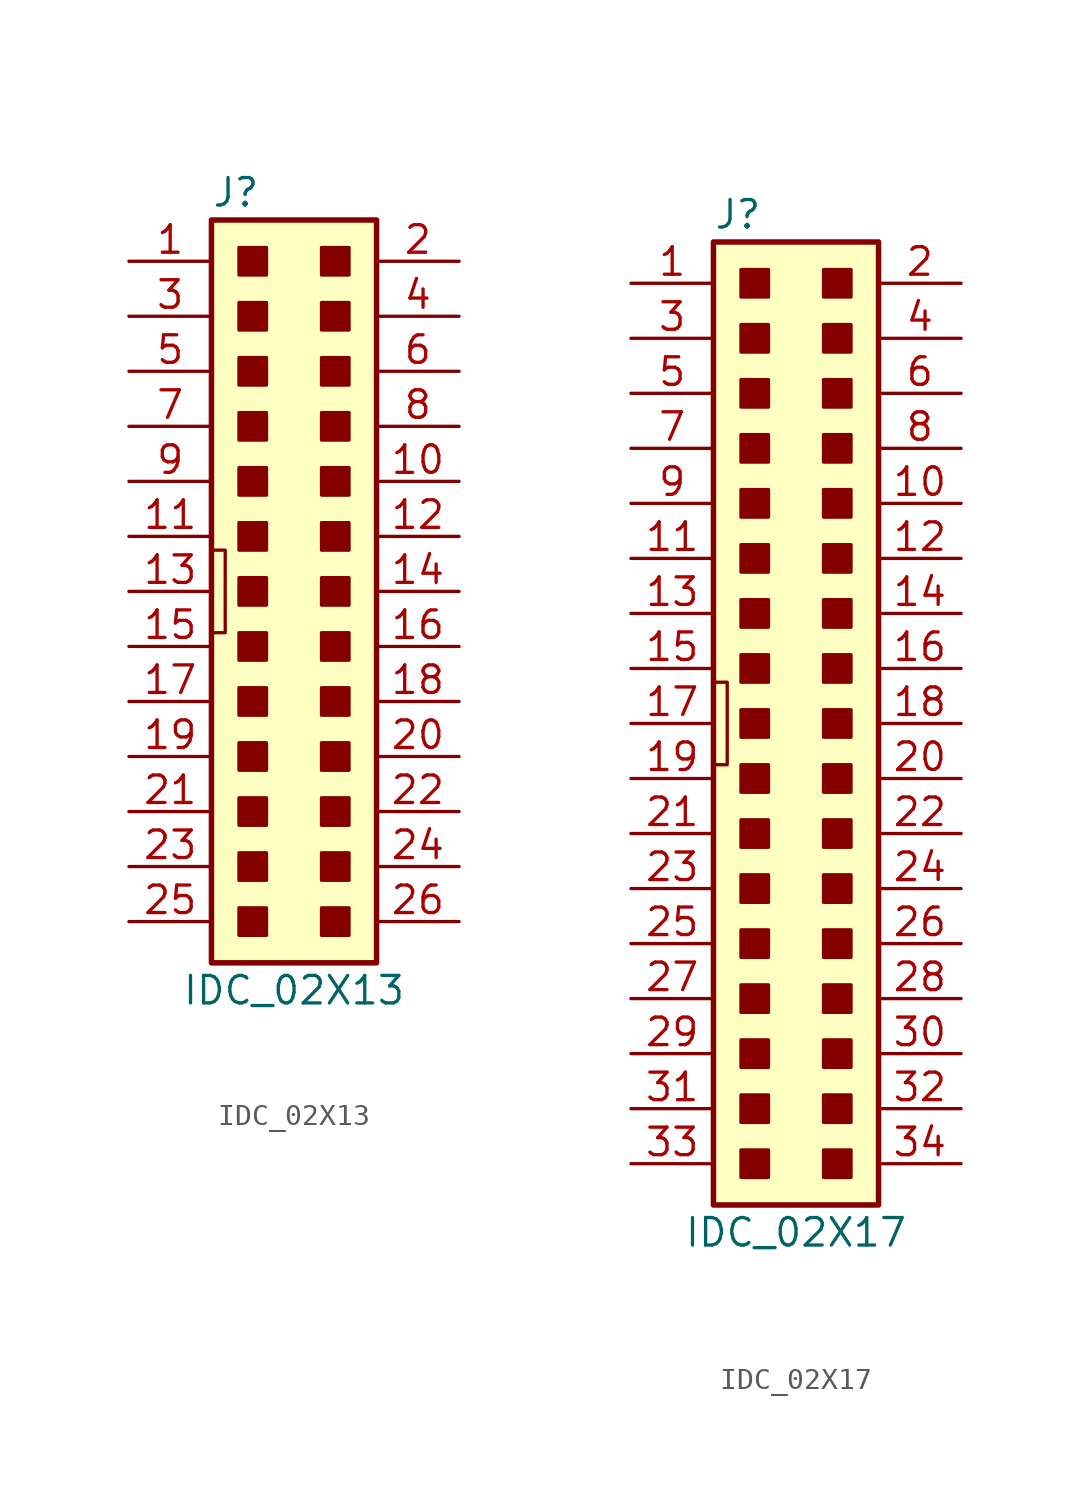
<source format=kicad_sym>
(kicad_symbol_lib
  (version 20201005)
  (generator kicad_symbol_editor)
  (symbol "KLIB_Connector_IDC:IDC_02X13"
    (pin_names
      (offset 1.27) hide)
    (property "Reference" "J"
      (at -3.81 18.415 0)
      (effects (font (size 1.27 1.27)) (justify left)))
    (property "Value" "IDC_02X13"
      (at 0 -18.415 0)
      (effects (font (size 1.27 1.27))))
    (symbol "IDC_02X13_0_1"
      (rectangle (start -3.81 17.145) (end 3.81 -17.145) (stroke (width 0.254)) (fill (type background)))
      (rectangle (start -2.54 -14.605) (end -1.27 -15.875) (stroke (width 0)) (fill (type outline)))
      (rectangle (start -2.54 -12.065) (end -1.27 -13.335) (stroke (width 0)) (fill (type outline)))
      (rectangle (start -2.54 -9.525) (end -1.27 -10.795) (stroke (width 0)) (fill (type outline)))
      (rectangle (start -2.54 -6.985) (end -1.27 -8.255) (stroke (width 0)) (fill (type outline)))
      (rectangle (start -2.54 -4.445) (end -1.27 -5.715) (stroke (width 0)) (fill (type outline)))
      (rectangle (start -2.54 -1.905) (end -1.27 -3.175) (stroke (width 0)) (fill (type outline)))
      (rectangle (start -2.54 0.635) (end -1.27 -0.635) (stroke (width 0)) (fill (type outline)))
      (rectangle (start -2.54 3.175) (end -1.27 1.905) (stroke (width 0)) (fill (type outline)))
      (rectangle (start -2.54 5.715) (end -1.27 4.445) (stroke (width 0)) (fill (type outline)))
      (rectangle (start -2.54 8.255) (end -1.27 6.985) (stroke (width 0)) (fill (type outline)))
      (rectangle (start -2.54 10.795) (end -1.27 9.525) (stroke (width 0)) (fill (type outline)))
      (rectangle (start -2.54 13.335) (end -1.27 12.065) (stroke (width 0)) (fill (type outline)))
      (rectangle (start -2.54 15.875) (end -1.27 14.605) (stroke (width 0)) (fill (type outline)))
      (rectangle (start 1.27 -14.605) (end 2.54 -15.875) (stroke (width 0)) (fill (type outline)))
      (rectangle (start 1.27 -12.065) (end 2.54 -13.335) (stroke (width 0)) (fill (type outline)))
      (rectangle (start 1.27 -9.525) (end 2.54 -10.795) (stroke (width 0)) (fill (type outline)))
      (rectangle (start 1.27 -6.985) (end 2.54 -8.255) (stroke (width 0)) (fill (type outline)))
      (rectangle (start 1.27 -4.445) (end 2.54 -5.715) (stroke (width 0)) (fill (type outline)))
      (rectangle (start 1.27 -1.905) (end 2.54 -3.175) (stroke (width 0)) (fill (type outline)))
      (rectangle (start 1.27 0.635) (end 2.54 -0.635) (stroke (width 0)) (fill (type outline)))
      (rectangle (start 1.27 3.175) (end 2.54 1.905) (stroke (width 0)) (fill (type outline)))
      (rectangle (start 1.27 5.715) (end 2.54 4.445) (stroke (width 0)) (fill (type outline)))
      (rectangle (start 1.27 8.255) (end 2.54 6.985) (stroke (width 0)) (fill (type outline)))
      (rectangle (start 1.27 10.795) (end 2.54 9.525) (stroke (width 0)) (fill (type outline)))
      (rectangle (start 1.27 13.335) (end 2.54 12.065) (stroke (width 0)) (fill (type outline)))
      (rectangle (start 1.27 15.875) (end 2.54 14.605) (stroke (width 0)) (fill (type outline)))
      (polyline (pts (xy -3.81 -1.905) (xy -3.175 -1.905) (xy -3.175 1.905) (xy -3.81 1.905)) (stroke (width 0)) (fill (type none))))
    (symbol "IDC_02X13_1_1"
      (pin passive line (at -7.62 15.24 0) (length 3.81) (name "~" (effects (font (size 1.27 1.27)))) (number "1" (effects (font (size 1.27 1.27)))))
      (pin passive line (at 7.62 5.08 180) (length 3.81) (name "~" (effects (font (size 1.27 1.27)))) (number "10" (effects (font (size 1.27 1.27)))))
      (pin passive line (at -7.62 2.54 0) (length 3.81) (name "~" (effects (font (size 1.27 1.27)))) (number "11" (effects (font (size 1.27 1.27)))))
      (pin passive line (at 7.62 2.54 180) (length 3.81) (name "~" (effects (font (size 1.27 1.27)))) (number "12" (effects (font (size 1.27 1.27)))))
      (pin passive line (at -7.62 0 0) (length 3.81) (name "~" (effects (font (size 1.27 1.27)))) (number "13" (effects (font (size 1.27 1.27)))))
      (pin passive line (at 7.62 0 180) (length 3.81) (name "~" (effects (font (size 1.27 1.27)))) (number "14" (effects (font (size 1.27 1.27)))))
      (pin passive line (at -7.62 -2.54 0) (length 3.81) (name "~" (effects (font (size 1.27 1.27)))) (number "15" (effects (font (size 1.27 1.27)))))
      (pin passive line (at 7.62 -2.54 180) (length 3.81) (name "~" (effects (font (size 1.27 1.27)))) (number "16" (effects (font (size 1.27 1.27)))))
      (pin passive line (at -7.62 -5.08 0) (length 3.81) (name "~" (effects (font (size 1.27 1.27)))) (number "17" (effects (font (size 1.27 1.27)))))
      (pin passive line (at 7.62 -5.08 180) (length 3.81) (name "~" (effects (font (size 1.27 1.27)))) (number "18" (effects (font (size 1.27 1.27)))))
      (pin passive line (at -7.62 -7.62 0) (length 3.81) (name "~" (effects (font (size 1.27 1.27)))) (number "19" (effects (font (size 1.27 1.27)))))
      (pin passive line (at 7.62 15.24 180) (length 3.81) (name "~" (effects (font (size 1.27 1.27)))) (number "2" (effects (font (size 1.27 1.27)))))
      (pin passive line (at 7.62 -7.62 180) (length 3.81) (name "~" (effects (font (size 1.27 1.27)))) (number "20" (effects (font (size 1.27 1.27)))))
      (pin passive line (at -7.62 -10.16 0) (length 3.81) (name "~" (effects (font (size 1.27 1.27)))) (number "21" (effects (font (size 1.27 1.27)))))
      (pin passive line (at 7.62 -10.16 180) (length 3.81) (name "~" (effects (font (size 1.27 1.27)))) (number "22" (effects (font (size 1.27 1.27)))))
      (pin passive line (at -7.62 -12.7 0) (length 3.81) (name "~" (effects (font (size 1.27 1.27)))) (number "23" (effects (font (size 1.27 1.27)))))
      (pin passive line (at 7.62 -12.7 180) (length 3.81) (name "~" (effects (font (size 1.27 1.27)))) (number "24" (effects (font (size 1.27 1.27)))))
      (pin passive line (at -7.62 -15.24 0) (length 3.81) (name "~" (effects (font (size 1.27 1.27)))) (number "25" (effects (font (size 1.27 1.27)))))
      (pin passive line (at 7.62 -15.24 180) (length 3.81) (name "~" (effects (font (size 1.27 1.27)))) (number "26" (effects (font (size 1.27 1.27)))))
      (pin passive line (at -7.62 12.7 0) (length 3.81) (name "~" (effects (font (size 1.27 1.27)))) (number "3" (effects (font (size 1.27 1.27)))))
      (pin passive line (at 7.62 12.7 180) (length 3.81) (name "~" (effects (font (size 1.27 1.27)))) (number "4" (effects (font (size 1.27 1.27)))))
      (pin passive line (at -7.62 10.16 0) (length 3.81) (name "~" (effects (font (size 1.27 1.27)))) (number "5" (effects (font (size 1.27 1.27)))))
      (pin passive line (at 7.62 10.16 180) (length 3.81) (name "~" (effects (font (size 1.27 1.27)))) (number "6" (effects (font (size 1.27 1.27)))))
      (pin passive line (at -7.62 7.62 0) (length 3.81) (name "~" (effects (font (size 1.27 1.27)))) (number "7" (effects (font (size 1.27 1.27)))))
      (pin passive line (at 7.62 7.62 180) (length 3.81) (name "~" (effects (font (size 1.27 1.27)))) (number "8" (effects (font (size 1.27 1.27)))))
      (pin passive line (at -7.62 5.08 0) (length 3.81) (name "~" (effects (font (size 1.27 1.27)))) (number "9" (effects (font (size 1.27 1.27)))))))
  (symbol "KLIB_Connector_IDC:IDC_02X17"
    (pin_names
      (offset 1.27) hide)
    (property "Reference" "J"
      (at -3.81 23.495 0)
      (effects (font (size 1.27 1.27)) (justify left)))
    (property "Value" "IDC_02X17"
      (at 0 -23.495 0)
      (effects (font (size 1.27 1.27))))
    (symbol "IDC_02X17_0_1"
      (rectangle (start -3.81 22.225) (end 3.81 -22.225) (stroke (width 0.254)) (fill (type background)))
      (rectangle (start -2.54 -19.685) (end -1.27 -20.955) (stroke (width 0)) (fill (type outline)))
      (rectangle (start -2.54 -17.145) (end -1.27 -18.415) (stroke (width 0)) (fill (type outline)))
      (rectangle (start -2.54 -14.605) (end -1.27 -15.875) (stroke (width 0)) (fill (type outline)))
      (rectangle (start -2.54 -12.065) (end -1.27 -13.335) (stroke (width 0)) (fill (type outline)))
      (rectangle (start -2.54 -9.525) (end -1.27 -10.795) (stroke (width 0)) (fill (type outline)))
      (rectangle (start -2.54 -6.985) (end -1.27 -8.255) (stroke (width 0)) (fill (type outline)))
      (rectangle (start -2.54 -4.445) (end -1.27 -5.715) (stroke (width 0)) (fill (type outline)))
      (rectangle (start -2.54 -1.905) (end -1.27 -3.175) (stroke (width 0)) (fill (type outline)))
      (rectangle (start -2.54 0.635) (end -1.27 -0.635) (stroke (width 0)) (fill (type outline)))
      (rectangle (start -2.54 3.175) (end -1.27 1.905) (stroke (width 0)) (fill (type outline)))
      (rectangle (start -2.54 5.715) (end -1.27 4.445) (stroke (width 0)) (fill (type outline)))
      (rectangle (start -2.54 8.255) (end -1.27 6.985) (stroke (width 0)) (fill (type outline)))
      (rectangle (start -2.54 10.795) (end -1.27 9.525) (stroke (width 0)) (fill (type outline)))
      (rectangle (start -2.54 13.335) (end -1.27 12.065) (stroke (width 0)) (fill (type outline)))
      (rectangle (start -2.54 15.875) (end -1.27 14.605) (stroke (width 0)) (fill (type outline)))
      (rectangle (start -2.54 18.415) (end -1.27 17.145) (stroke (width 0)) (fill (type outline)))
      (rectangle (start -2.54 20.955) (end -1.27 19.685) (stroke (width 0)) (fill (type outline)))
      (rectangle (start 1.27 -19.685) (end 2.54 -20.955) (stroke (width 0)) (fill (type outline)))
      (rectangle (start 1.27 -17.145) (end 2.54 -18.415) (stroke (width 0)) (fill (type outline)))
      (rectangle (start 1.27 -14.605) (end 2.54 -15.875) (stroke (width 0)) (fill (type outline)))
      (rectangle (start 1.27 -12.065) (end 2.54 -13.335) (stroke (width 0)) (fill (type outline)))
      (rectangle (start 1.27 -9.525) (end 2.54 -10.795) (stroke (width 0)) (fill (type outline)))
      (rectangle (start 1.27 -6.985) (end 2.54 -8.255) (stroke (width 0)) (fill (type outline)))
      (rectangle (start 1.27 -4.445) (end 2.54 -5.715) (stroke (width 0)) (fill (type outline)))
      (rectangle (start 1.27 -1.905) (end 2.54 -3.175) (stroke (width 0)) (fill (type outline)))
      (rectangle (start 1.27 0.635) (end 2.54 -0.635) (stroke (width 0)) (fill (type outline)))
      (rectangle (start 1.27 3.175) (end 2.54 1.905) (stroke (width 0)) (fill (type outline)))
      (rectangle (start 1.27 5.715) (end 2.54 4.445) (stroke (width 0)) (fill (type outline)))
      (rectangle (start 1.27 8.255) (end 2.54 6.985) (stroke (width 0)) (fill (type outline)))
      (rectangle (start 1.27 10.795) (end 2.54 9.525) (stroke (width 0)) (fill (type outline)))
      (rectangle (start 1.27 13.335) (end 2.54 12.065) (stroke (width 0)) (fill (type outline)))
      (rectangle (start 1.27 15.875) (end 2.54 14.605) (stroke (width 0)) (fill (type outline)))
      (rectangle (start 1.27 18.415) (end 2.54 17.145) (stroke (width 0)) (fill (type outline)))
      (rectangle (start 1.27 20.955) (end 2.54 19.685) (stroke (width 0)) (fill (type outline)))
      (polyline (pts (xy -3.81 -1.905) (xy -3.175 -1.905) (xy -3.175 1.905) (xy -3.81 1.905)) (stroke (width 0)) (fill (type none))))
    (symbol "IDC_02X17_1_1"
      (pin passive line (at -7.62 20.32 0) (length 3.81) (name "~" (effects (font (size 1.27 1.27)))) (number "1" (effects (font (size 1.27 1.27)))))
      (pin passive line (at 7.62 10.16 180) (length 3.81) (name "~" (effects (font (size 1.27 1.27)))) (number "10" (effects (font (size 1.27 1.27)))))
      (pin passive line (at -7.62 7.62 0) (length 3.81) (name "~" (effects (font (size 1.27 1.27)))) (number "11" (effects (font (size 1.27 1.27)))))
      (pin passive line (at 7.62 7.62 180) (length 3.81) (name "~" (effects (font (size 1.27 1.27)))) (number "12" (effects (font (size 1.27 1.27)))))
      (pin passive line (at -7.62 5.08 0) (length 3.81) (name "~" (effects (font (size 1.27 1.27)))) (number "13" (effects (font (size 1.27 1.27)))))
      (pin passive line (at 7.62 5.08 180) (length 3.81) (name "~" (effects (font (size 1.27 1.27)))) (number "14" (effects (font (size 1.27 1.27)))))
      (pin passive line (at -7.62 2.54 0) (length 3.81) (name "~" (effects (font (size 1.27 1.27)))) (number "15" (effects (font (size 1.27 1.27)))))
      (pin passive line (at 7.62 2.54 180) (length 3.81) (name "~" (effects (font (size 1.27 1.27)))) (number "16" (effects (font (size 1.27 1.27)))))
      (pin passive line (at -7.62 0 0) (length 3.81) (name "~" (effects (font (size 1.27 1.27)))) (number "17" (effects (font (size 1.27 1.27)))))
      (pin passive line (at 7.62 0 180) (length 3.81) (name "~" (effects (font (size 1.27 1.27)))) (number "18" (effects (font (size 1.27 1.27)))))
      (pin passive line (at -7.62 -2.54 0) (length 3.81) (name "~" (effects (font (size 1.27 1.27)))) (number "19" (effects (font (size 1.27 1.27)))))
      (pin passive line (at 7.62 20.32 180) (length 3.81) (name "~" (effects (font (size 1.27 1.27)))) (number "2" (effects (font (size 1.27 1.27)))))
      (pin passive line (at 7.62 -2.54 180) (length 3.81) (name "~" (effects (font (size 1.27 1.27)))) (number "20" (effects (font (size 1.27 1.27)))))
      (pin passive line (at -7.62 -5.08 0) (length 3.81) (name "~" (effects (font (size 1.27 1.27)))) (number "21" (effects (font (size 1.27 1.27)))))
      (pin passive line (at 7.62 -5.08 180) (length 3.81) (name "~" (effects (font (size 1.27 1.27)))) (number "22" (effects (font (size 1.27 1.27)))))
      (pin passive line (at -7.62 -7.62 0) (length 3.81) (name "~" (effects (font (size 1.27 1.27)))) (number "23" (effects (font (size 1.27 1.27)))))
      (pin passive line (at 7.62 -7.62 180) (length 3.81) (name "~" (effects (font (size 1.27 1.27)))) (number "24" (effects (font (size 1.27 1.27)))))
      (pin passive line (at -7.62 -10.16 0) (length 3.81) (name "~" (effects (font (size 1.27 1.27)))) (number "25" (effects (font (size 1.27 1.27)))))
      (pin passive line (at 7.62 -10.16 180) (length 3.81) (name "~" (effects (font (size 1.27 1.27)))) (number "26" (effects (font (size 1.27 1.27)))))
      (pin passive line (at -7.62 -12.7 0) (length 3.81) (name "~" (effects (font (size 1.27 1.27)))) (number "27" (effects (font (size 1.27 1.27)))))
      (pin passive line (at 7.62 -12.7 180) (length 3.81) (name "~" (effects (font (size 1.27 1.27)))) (number "28" (effects (font (size 1.27 1.27)))))
      (pin passive line (at -7.62 -15.24 0) (length 3.81) (name "~" (effects (font (size 1.27 1.27)))) (number "29" (effects (font (size 1.27 1.27)))))
      (pin passive line (at -7.62 17.78 0) (length 3.81) (name "~" (effects (font (size 1.27 1.27)))) (number "3" (effects (font (size 1.27 1.27)))))
      (pin passive line (at 7.62 -15.24 180) (length 3.81) (name "~" (effects (font (size 1.27 1.27)))) (number "30" (effects (font (size 1.27 1.27)))))
      (pin passive line (at -7.62 -17.78 0) (length 3.81) (name "~" (effects (font (size 1.27 1.27)))) (number "31" (effects (font (size 1.27 1.27)))))
      (pin passive line (at 7.62 -17.78 180) (length 3.81) (name "~" (effects (font (size 1.27 1.27)))) (number "32" (effects (font (size 1.27 1.27)))))
      (pin passive line (at -7.62 -20.32 0) (length 3.81) (name "~" (effects (font (size 1.27 1.27)))) (number "33" (effects (font (size 1.27 1.27)))))
      (pin passive line (at 7.62 -20.32 180) (length 3.81) (name "~" (effects (font (size 1.27 1.27)))) (number "34" (effects (font (size 1.27 1.27)))))
      (pin passive line (at 7.62 17.78 180) (length 3.81) (name "~" (effects (font (size 1.27 1.27)))) (number "4" (effects (font (size 1.27 1.27)))))
      (pin passive line (at -7.62 15.24 0) (length 3.81) (name "~" (effects (font (size 1.27 1.27)))) (number "5" (effects (font (size 1.27 1.27)))))
      (pin passive line (at 7.62 15.24 180) (length 3.81) (name "~" (effects (font (size 1.27 1.27)))) (number "6" (effects (font (size 1.27 1.27)))))
      (pin passive line (at -7.62 12.7 0) (length 3.81) (name "~" (effects (font (size 1.27 1.27)))) (number "7" (effects (font (size 1.27 1.27)))))
      (pin passive line (at 7.62 12.7 180) (length 3.81) (name "~" (effects (font (size 1.27 1.27)))) (number "8" (effects (font (size 1.27 1.27)))))
      (pin passive line (at -7.62 10.16 0) (length 3.81) (name "~" (effects (font (size 1.27 1.27)))) (number "9" (effects (font (size 1.27 1.27))))))))
</source>
